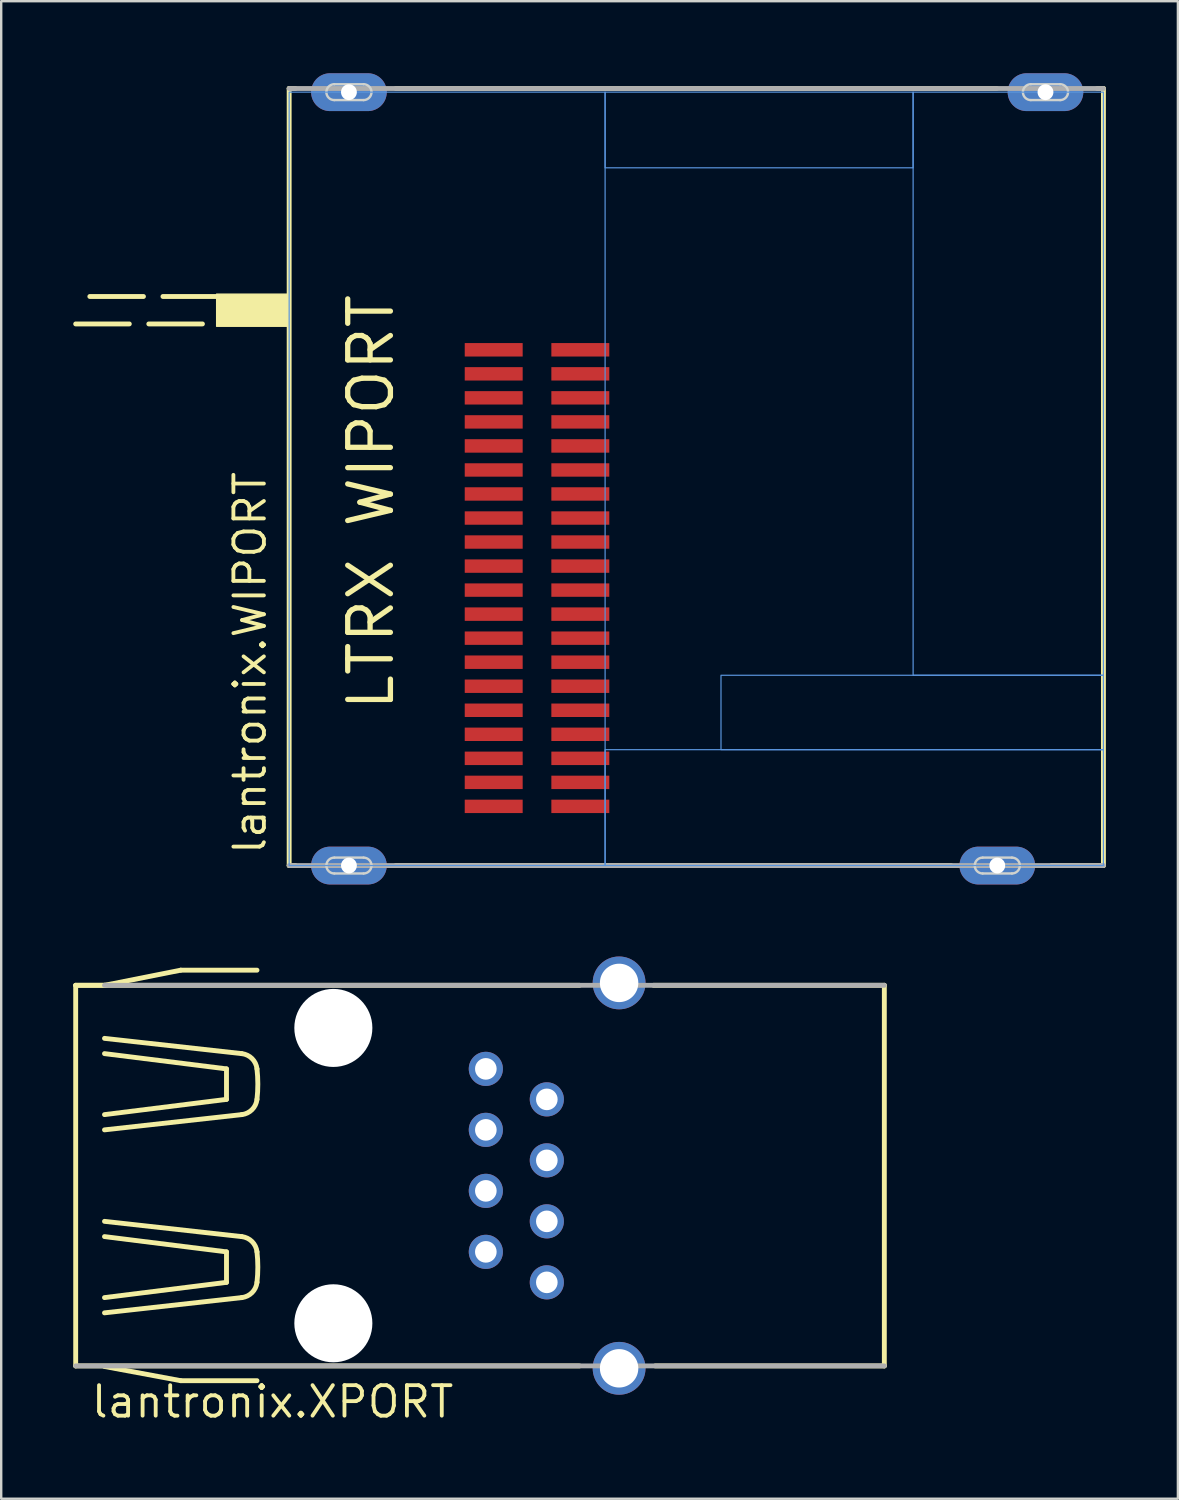
<source format=kicad_pcb>
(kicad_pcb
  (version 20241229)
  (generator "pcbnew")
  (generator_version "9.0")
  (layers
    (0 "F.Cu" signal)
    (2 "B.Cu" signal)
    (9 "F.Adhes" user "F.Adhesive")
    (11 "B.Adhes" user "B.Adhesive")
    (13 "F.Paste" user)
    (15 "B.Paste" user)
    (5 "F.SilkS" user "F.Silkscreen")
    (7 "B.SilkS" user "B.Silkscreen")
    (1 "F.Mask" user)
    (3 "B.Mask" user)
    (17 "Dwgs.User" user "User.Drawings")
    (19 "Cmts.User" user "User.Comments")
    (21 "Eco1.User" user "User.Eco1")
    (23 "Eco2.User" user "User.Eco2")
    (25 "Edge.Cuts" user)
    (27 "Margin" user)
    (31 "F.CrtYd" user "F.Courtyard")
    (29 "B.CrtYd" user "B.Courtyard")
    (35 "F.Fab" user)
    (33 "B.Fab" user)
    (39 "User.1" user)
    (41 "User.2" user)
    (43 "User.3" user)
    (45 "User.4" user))
  (footprint "lantronix.WIPORT"
    (layer "F.Cu")
    (at 25.883 16.739)
    (property "Reference" "lantronix.WIPORT" (at -17.78 15.875 90) (layer "F.SilkS") (effects (font (size 1.27 1.27) (thickness 0.16)) (justify left bottom)))
    (attr smd)
    (fp_line (start -25.781 -6.299) (end -19.914 -6.299) (stroke (width 0.203) (type dash)) (layer "F.SilkS"))
    (fp_line (start -19.914 -7.442) (end -25.781 -7.442) (stroke (width 0.203) (type dash)) (layer "F.SilkS"))
    (fp_line (start -16.891 -16.104) (end -16.637 -16.104) (stroke (width 0.203) (type default)) (layer "F.SilkS"))
    (fp_line (start -16.891 16.256) (end -16.891 -16.104) (stroke (width 0.203) (type default)) (layer "F.SilkS"))
    (fp_line (start -16.637 16.256) (end -16.891 16.256) (stroke (width 0.203) (type default)) (layer "F.SilkS"))
    (fp_line (start -12.446 -16.104) (end 12.573 -16.104) (stroke (width 0.203) (type default)) (layer "F.SilkS"))
    (fp_line (start 10.668 16.256) (end -12.446 16.256) (stroke (width 0.203) (type default)) (layer "F.SilkS"))
    (fp_line (start 16.764 -16.104) (end 17.018 -16.104) (stroke (width 0.203) (type default)) (layer "F.SilkS"))
    (fp_line (start 17.018 -16.104) (end 17.018 16.256) (stroke (width 0.203) (type default)) (layer "F.SilkS"))
    (fp_line (start 17.018 16.256) (end 14.859 16.256) (stroke (width 0.203) (type default)) (layer "F.SilkS"))
    (fp_rect (start -19.914 -6.198) (end -16.891 -7.544) (stroke (width 0.05) (type default)) (fill yes) (layer "F.SilkS"))
    (fp_rect (start -16.891 16.256) (end -3.734 -15.951) (stroke (width 0.05) (type default)) (fill no) (layer "Cmts.User"))
    (fp_rect (start -3.734 -12.802) (end 9.093 -15.951) (stroke (width 0.05) (type default)) (fill no) (layer "Cmts.User"))
    (fp_rect (start -3.734 16.256) (end 17.018 11.43) (stroke (width 0.05) (type default)) (fill no) (layer "Cmts.User"))
    (fp_rect (start 1.092 11.43) (end 17.018 8.331) (stroke (width 0.05) (type default)) (fill no) (layer "Cmts.User"))
    (fp_rect (start 9.093 8.331) (end 17.018 -15.951) (stroke (width 0.05) (type default)) (fill no) (layer "Cmts.User"))
    (fp_line (start -15.011 -16.281) (end -13.792 -16.281) (stroke (width 0.1) (type default)) (layer "Edge.Cuts"))
    (fp_line (start -15.011 15.926) (end -13.792 15.926) (stroke (width 0.1) (type default)) (layer "Edge.Cuts"))
    (fp_line (start -13.792 -15.621) (end -15.011 -15.621) (stroke (width 0.1) (type default)) (layer "Edge.Cuts"))
    (fp_line (start -13.792 16.586) (end -15.011 16.586) (stroke (width 0.1) (type default)) (layer "Edge.Cuts"))
    (fp_line (start 11.989 15.926) (end 13.208 15.926) (stroke (width 0.1) (type default)) (layer "Edge.Cuts"))
    (fp_line (start 13.208 16.586) (end 11.989 16.586) (stroke (width 0.1) (type default)) (layer "Edge.Cuts"))
    (fp_line (start 13.995 -16.281) (end 15.215 -16.281) (stroke (width 0.1) (type default)) (layer "Edge.Cuts"))
    (fp_line (start 15.215 -15.621) (end 13.995 -15.621) (stroke (width 0.1) (type default)) (layer "Edge.Cuts"))
    (fp_arc (start -15.3416 -15.9512) (mid -15.244887 -16.184687) (end -15.0114 -16.2814) (stroke (width 0.1) (type default)) (layer "Edge.Cuts"))
    (fp_arc (start -15.3416 16.256) (mid -15.244887 16.022513) (end -15.0114 15.9258) (stroke (width 0.1) (type default)) (layer "Edge.Cuts"))
    (fp_arc (start -15.0114 -15.621) (mid -15.244887 -15.717713) (end -15.3416 -15.9512) (stroke (width 0.1) (type default)) (layer "Edge.Cuts"))
    (fp_arc (start -15.0114 16.5862) (mid -15.244887 16.489487) (end -15.3416 16.256) (stroke (width 0.1) (type default)) (layer "Edge.Cuts"))
    (fp_arc (start -13.7922 -16.2814) (mid -13.558713 -16.184687) (end -13.462 -15.9512) (stroke (width 0.1) (type default)) (layer "Edge.Cuts"))
    (fp_arc (start -13.7922 15.9258) (mid -13.558713 16.022513) (end -13.462 16.256) (stroke (width 0.1) (type default)) (layer "Edge.Cuts"))
    (fp_arc (start -13.462 -15.9512) (mid -13.558713 -15.717713) (end -13.7922 -15.621) (stroke (width 0.1) (type default)) (layer "Edge.Cuts"))
    (fp_arc (start -13.462 16.256) (mid -13.558713 16.489487) (end -13.7922 16.5862) (stroke (width 0.1) (type default)) (layer "Edge.Cuts"))
    (fp_arc (start 11.6586 16.256) (mid 11.755313 16.022513) (end 11.9888 15.9258) (stroke (width 0.1) (type default)) (layer "Edge.Cuts"))
    (fp_arc (start 11.9888 16.5862) (mid 11.755313 16.489487) (end 11.6586 16.256) (stroke (width 0.1) (type default)) (layer "Edge.Cuts"))
    (fp_arc (start 13.208 15.9258) (mid 13.441487 16.022513) (end 13.5382 16.256) (stroke (width 0.1) (type default)) (layer "Edge.Cuts"))
    (fp_arc (start 13.5382 16.256) (mid 13.441487 16.489487) (end 13.208 16.5862) (stroke (width 0.1) (type default)) (layer "Edge.Cuts"))
    (fp_arc (start 13.6652 -15.9512) (mid 13.761913 -16.184687) (end 13.9954 -16.2814) (stroke (width 0.1) (type default)) (layer "Edge.Cuts"))
    (fp_arc (start 13.9954 -15.621) (mid 13.761913 -15.717713) (end 13.6652 -15.9512) (stroke (width 0.1) (type default)) (layer "Edge.Cuts"))
    (fp_arc (start 15.2146 -16.2814) (mid 15.448087 -16.184687) (end 15.5448 -15.9512) (stroke (width 0.1) (type default)) (layer "Edge.Cuts"))
    (fp_arc (start 15.5448 -15.9512) (mid 15.448087 -15.717713) (end 15.2146 -15.621) (stroke (width 0.1) (type default)) (layer "Edge.Cuts"))
    (fp_line (start -16.891 -16.104) (end 17.018 -16.104) (stroke (width 0.203) (type default)) (layer "F.Fab"))
    (fp_line (start 17.018 16.256) (end -16.891 16.256) (stroke (width 0.203) (type default)) (layer "F.Fab"))
    (fp_text user "LTRX WIPORT" (at -12.446 9.906 90) (layer "F.SilkS") (effects (font (size 1.778 1.778) (thickness 0.22)) (justify left bottom)))
    (pad "1" smd roundrect (at -8.373 -5.222) (size 2.413 0.559) (layers "F.Cu" "F.Mask" "F.Paste") (roundrect_rratio 0.01))
    (pad "2" smd roundrect (at -4.766 -5.222) (size 2.413 0.559) (layers "F.Cu" "F.Mask" "F.Paste") (roundrect_rratio 0.01))
    (pad "3" smd roundrect (at -8.373 -4.221) (size 2.413 0.559) (layers "F.Cu" "F.Mask" "F.Paste") (roundrect_rratio 0.01))
    (pad "4" smd roundrect (at -4.766 -4.221) (size 2.413 0.559) (layers "F.Cu" "F.Mask" "F.Paste") (roundrect_rratio 0.01))
    (pad "5" smd roundrect (at -8.373 -3.221) (size 2.413 0.559) (layers "F.Cu" "F.Mask" "F.Paste") (roundrect_rratio 0.01))
    (pad "6" smd roundrect (at -4.766 -3.221) (size 2.413 0.559) (layers "F.Cu" "F.Mask" "F.Paste") (roundrect_rratio 0.01))
    (pad "7" smd roundrect (at -8.373 -2.22) (size 2.413 0.559) (layers "F.Cu" "F.Mask" "F.Paste") (roundrect_rratio 0.01))
    (pad "8" smd roundrect (at -4.766 -2.22) (size 2.413 0.559) (layers "F.Cu" "F.Mask" "F.Paste") (roundrect_rratio 0.01))
    (pad "9" smd roundrect (at -8.373 -1.219) (size 2.413 0.559) (layers "F.Cu" "F.Mask" "F.Paste") (roundrect_rratio 0.01))
    (pad "10" smd roundrect (at -4.766 -1.219) (size 2.413 0.559) (layers "F.Cu" "F.Mask" "F.Paste") (roundrect_rratio 0.01))
    (pad "11" smd roundrect (at -8.373 -0.218) (size 2.413 0.559) (layers "F.Cu" "F.Mask" "F.Paste") (roundrect_rratio 0.01))
    (pad "12" smd roundrect (at -4.766 -0.218) (size 2.413 0.559) (layers "F.Cu" "F.Mask" "F.Paste") (roundrect_rratio 0.01))
    (pad "13" smd roundrect (at -8.373 0.782) (size 2.413 0.559) (layers "F.Cu" "F.Mask" "F.Paste") (roundrect_rratio 0.01))
    (pad "14" smd roundrect (at -4.766 0.782) (size 2.413 0.559) (layers "F.Cu" "F.Mask" "F.Paste") (roundrect_rratio 0.01))
    (pad "15" smd roundrect (at -8.373 1.783) (size 2.413 0.559) (layers "F.Cu" "F.Mask" "F.Paste") (roundrect_rratio 0.01))
    (pad "16" smd roundrect (at -4.766 1.783) (size 2.413 0.559) (layers "F.Cu" "F.Mask" "F.Paste") (roundrect_rratio 0.01))
    (pad "17" smd roundrect (at -8.373 2.784) (size 2.413 0.559) (layers "F.Cu" "F.Mask" "F.Paste") (roundrect_rratio 0.01))
    (pad "18" smd roundrect (at -4.766 2.784) (size 2.413 0.559) (layers "F.Cu" "F.Mask" "F.Paste") (roundrect_rratio 0.01))
    (pad "19" smd roundrect (at -8.373 3.785) (size 2.413 0.559) (layers "F.Cu" "F.Mask" "F.Paste") (roundrect_rratio 0.01))
    (pad "20" smd roundrect (at -4.766 3.785) (size 2.413 0.559) (layers "F.Cu" "F.Mask" "F.Paste") (roundrect_rratio 0.01))
    (pad "21" smd roundrect (at -8.373 4.785) (size 2.413 0.559) (layers "F.Cu" "F.Mask" "F.Paste") (roundrect_rratio 0.01))
    (pad "22" smd roundrect (at -4.766 4.785) (size 2.413 0.559) (layers "F.Cu" "F.Mask" "F.Paste") (roundrect_rratio 0.01))
    (pad "23" smd roundrect (at -8.373 5.786) (size 2.413 0.559) (layers "F.Cu" "F.Mask" "F.Paste") (roundrect_rratio 0.01))
    (pad "24" smd roundrect (at -4.766 5.786) (size 2.413 0.559) (layers "F.Cu" "F.Mask" "F.Paste") (roundrect_rratio 0.01))
    (pad "25" smd roundrect (at -8.373 6.787) (size 2.413 0.559) (layers "F.Cu" "F.Mask" "F.Paste") (roundrect_rratio 0.01))
    (pad "26" smd roundrect (at -4.766 6.787) (size 2.413 0.559) (layers "F.Cu" "F.Mask" "F.Paste") (roundrect_rratio 0.01))
    (pad "27" smd roundrect (at -8.373 7.788) (size 2.413 0.559) (layers "F.Cu" "F.Mask" "F.Paste") (roundrect_rratio 0.01))
    (pad "28" smd roundrect (at -4.766 7.788) (size 2.413 0.559) (layers "F.Cu" "F.Mask" "F.Paste") (roundrect_rratio 0.01))
    (pad "29" smd roundrect (at -8.373 8.788) (size 2.413 0.559) (layers "F.Cu" "F.Mask" "F.Paste") (roundrect_rratio 0.01))
    (pad "30" smd roundrect (at -4.766 8.788) (size 2.413 0.559) (layers "F.Cu" "F.Mask" "F.Paste") (roundrect_rratio 0.01))
    (pad "31" smd roundrect (at -8.373 9.789) (size 2.413 0.559) (layers "F.Cu" "F.Mask" "F.Paste") (roundrect_rratio 0.01))
    (pad "32" smd roundrect (at -4.766 9.789) (size 2.413 0.559) (layers "F.Cu" "F.Mask" "F.Paste") (roundrect_rratio 0.01))
    (pad "33" smd roundrect (at -8.373 10.79) (size 2.413 0.559) (layers "F.Cu" "F.Mask" "F.Paste") (roundrect_rratio 0.01))
    (pad "34" smd roundrect (at -4.766 10.79) (size 2.413 0.559) (layers "F.Cu" "F.Mask" "F.Paste") (roundrect_rratio 0.01))
    (pad "35" smd roundrect (at -8.373 11.791) (size 2.413 0.559) (layers "F.Cu" "F.Mask" "F.Paste") (roundrect_rratio 0.01))
    (pad "36" smd roundrect (at -4.766 11.791) (size 2.413 0.559) (layers "F.Cu" "F.Mask" "F.Paste") (roundrect_rratio 0.01))
    (pad "37" smd roundrect (at -8.373 12.791) (size 2.413 0.559) (layers "F.Cu" "F.Mask" "F.Paste") (roundrect_rratio 0.01))
    (pad "38" smd roundrect (at -4.766 12.791) (size 2.413 0.559) (layers "F.Cu" "F.Mask" "F.Paste") (roundrect_rratio 0.01))
    (pad "39" smd roundrect (at -8.373 13.792) (size 2.413 0.559) (layers "F.Cu" "F.Mask" "F.Paste") (roundrect_rratio 0.01))
    (pad "40" smd roundrect (at -4.766 13.792) (size 2.413 0.559) (layers "F.Cu" "F.Mask" "F.Paste") (roundrect_rratio 0.01))
    (pad "M1" thru_hole oval (at -14.402 16.256) (size 3.15 1.575) (drill 0.66) (layers "*.Cu" "*.Mask"))
    (pad "M2" thru_hole oval (at 12.598 16.256) (size 3.15 1.575) (drill 0.66) (layers "*.Cu" "*.Mask"))
    (pad "M3" thru_hole oval (at -14.402 -15.951) (size 3.15 1.575) (drill 0.66) (layers "*.Cu" "*.Mask"))
    (pad "M4" thru_hole oval (at 14.605 -15.951) (size 3.15 1.575) (drill 0.66) (layers "*.Cu" "*.Mask")))
  (footprint "lantronix.XPORT"
    (layer "F.Cu")
    (at 18.452 45.907)
    (property "Reference" "lantronix.XPORT" (at -17.785 10.16 0) (layer "F.SilkS") (effects (font (size 1.27 1.27) (thickness 0.16)) (justify left bottom)))
    (attr through_hole)
    (fp_line (start -18.35 -7.925) (end -18.35 7.925) (stroke (width 0.203) (type default)) (layer "F.SilkS"))
    (fp_line (start -18.35 7.925) (end 2.63 7.925) (stroke (width 0.203) (type default)) (layer "F.SilkS"))
    (fp_line (start -17.15 -7.925) (end -18.35 -7.925) (stroke (width 0.203) (type default)) (layer "F.SilkS"))
    (fp_line (start -17.15 -7.925) (end -13.975 -8.555) (stroke (width 0.203) (type default)) (layer "F.SilkS"))
    (fp_line (start -17.15 -5.715) (end -11.435 -5.08) (stroke (width 0.203) (type default)) (layer "F.SilkS"))
    (fp_line (start -17.15 -5.08) (end -12.07 -4.445) (stroke (width 0.203) (type default)) (layer "F.SilkS"))
    (fp_line (start -17.15 1.905) (end -11.435 2.54) (stroke (width 0.203) (type default)) (layer "F.SilkS"))
    (fp_line (start -17.15 2.54) (end -12.07 3.175) (stroke (width 0.203) (type default)) (layer "F.SilkS"))
    (fp_line (start -17.15 7.95) (end -13.975 8.54) (stroke (width 0.203) (type default)) (layer "F.SilkS"))
    (fp_line (start -13.975 -8.555) (end -10.8 -8.555) (stroke (width 0.203) (type default)) (layer "F.SilkS"))
    (fp_line (start -13.975 8.54) (end -10.8 8.54) (stroke (width 0.203) (type default)) (layer "F.SilkS"))
    (fp_line (start -12.07 -4.445) (end -12.07 -3.175) (stroke (width 0.203) (type default)) (layer "F.SilkS"))
    (fp_line (start -12.07 -3.175) (end -17.15 -2.54) (stroke (width 0.203) (type default)) (layer "F.SilkS"))
    (fp_line (start -12.07 3.175) (end -12.07 4.445) (stroke (width 0.203) (type default)) (layer "F.SilkS"))
    (fp_line (start -12.07 4.445) (end -17.15 5.08) (stroke (width 0.203) (type default)) (layer "F.SilkS"))
    (fp_line (start -11.435 -2.54) (end -17.15 -1.905) (stroke (width 0.203) (type default)) (layer "F.SilkS"))
    (fp_line (start -11.435 5.08) (end -17.15 5.715) (stroke (width 0.203) (type default)) (layer "F.SilkS"))
    (fp_line (start 2.63 -7.925) (end -18.35 -7.925) (stroke (width 0.203) (type default)) (layer "F.SilkS"))
    (fp_line (start 5.785 7.925) (end 15.325 7.925) (stroke (width 0.203) (type default)) (layer "F.SilkS"))
    (fp_line (start 15.325 -7.925) (end 5.715 -7.925) (stroke (width 0.203) (type default)) (layer "F.SilkS"))
    (fp_line (start 15.325 7.925) (end 15.325 -7.925) (stroke (width 0.203) (type default)) (layer "F.SilkS"))
    (fp_arc (start -11.435 -5.08) (mid -11.006176 -4.873824) (end -10.8 -4.445) (stroke (width 0.2032) (type default)) (layer "F.SilkS"))
    (fp_arc (start -11.435 2.54) (mid -11.006176 2.746176) (end -10.8 3.175) (stroke (width 0.2032) (type default)) (layer "F.SilkS"))
    (fp_arc (start -10.8 -4.445) (mid -10.764742 -3.81) (end -10.8 -3.175) (stroke (width 0.2032) (type default)) (layer "F.SilkS"))
    (fp_arc (start -10.8 -3.175) (mid -11.006176 -2.746176) (end -11.435 -2.54) (stroke (width 0.2032) (type default)) (layer "F.SilkS"))
    (fp_arc (start -10.8 3.175) (mid -10.764742 3.81) (end -10.8 4.445) (stroke (width 0.2032) (type default)) (layer "F.SilkS"))
    (fp_arc (start -10.8 4.445) (mid -11.006176 4.873824) (end -11.435 5.08) (stroke (width 0.2032) (type default)) (layer "F.SilkS"))
    (fp_line (start -18.35 7.925) (end 15.325 7.925) (stroke (width 0.203) (type default)) (layer "F.Fab"))
    (fp_line (start 15.325 -7.925) (end -17.15 -7.925) (stroke (width 0.203) (type default)) (layer "F.Fab"))
    (pad "" np_thru_hole circle (at -7.62 -6.15) (size 3.25 3.25) (drill 3.25) (layers "*.Cu" "*.Mask"))
    (pad "" np_thru_hole circle (at -7.62 6.15) (size 3.25 3.25) (drill 3.25) (layers "*.Cu" "*.Mask"))
    (pad "1" thru_hole circle (at 1.27 4.445) (size 1.422 1.422) (drill 0.9) (layers "*.Cu" "*.Mask"))
    (pad "2" thru_hole circle (at -1.27 3.175) (size 1.422 1.422) (drill 0.9) (layers "*.Cu" "*.Mask"))
    (pad "3" thru_hole circle (at 1.27 1.905) (size 1.422 1.422) (drill 0.9) (layers "*.Cu" "*.Mask"))
    (pad "4" thru_hole circle (at -1.27 0.635) (size 1.422 1.422) (drill 0.9) (layers "*.Cu" "*.Mask"))
    (pad "5" thru_hole circle (at 1.27 -0.635) (size 1.422 1.422) (drill 0.9) (layers "*.Cu" "*.Mask"))
    (pad "6" thru_hole circle (at -1.27 -1.905) (size 1.422 1.422) (drill 0.9) (layers "*.Cu" "*.Mask"))
    (pad "7" thru_hole circle (at 1.27 -3.175) (size 1.422 1.422) (drill 0.9) (layers "*.Cu" "*.Mask"))
    (pad "8" thru_hole circle (at -1.27 -4.445) (size 1.422 1.422) (drill 0.9) (layers "*.Cu" "*.Mask"))
    (pad "SH1" thru_hole circle (at 4.28 -8.025) (size 2.2 2.2) (drill 1.6) (layers "*.Cu" "*.Mask"))
    (pad "SH2" thru_hole circle (at 4.28 8.025) (size 2.2 2.2) (drill 1.6) (layers "*.Cu" "*.Mask")))
  (gr_rect
    (start -3 -3)
    (end 46.002 59.364)
    (stroke (width 0.1) (type default))
    (fill no)
    (layer "Edge.Cuts")))
</source>
